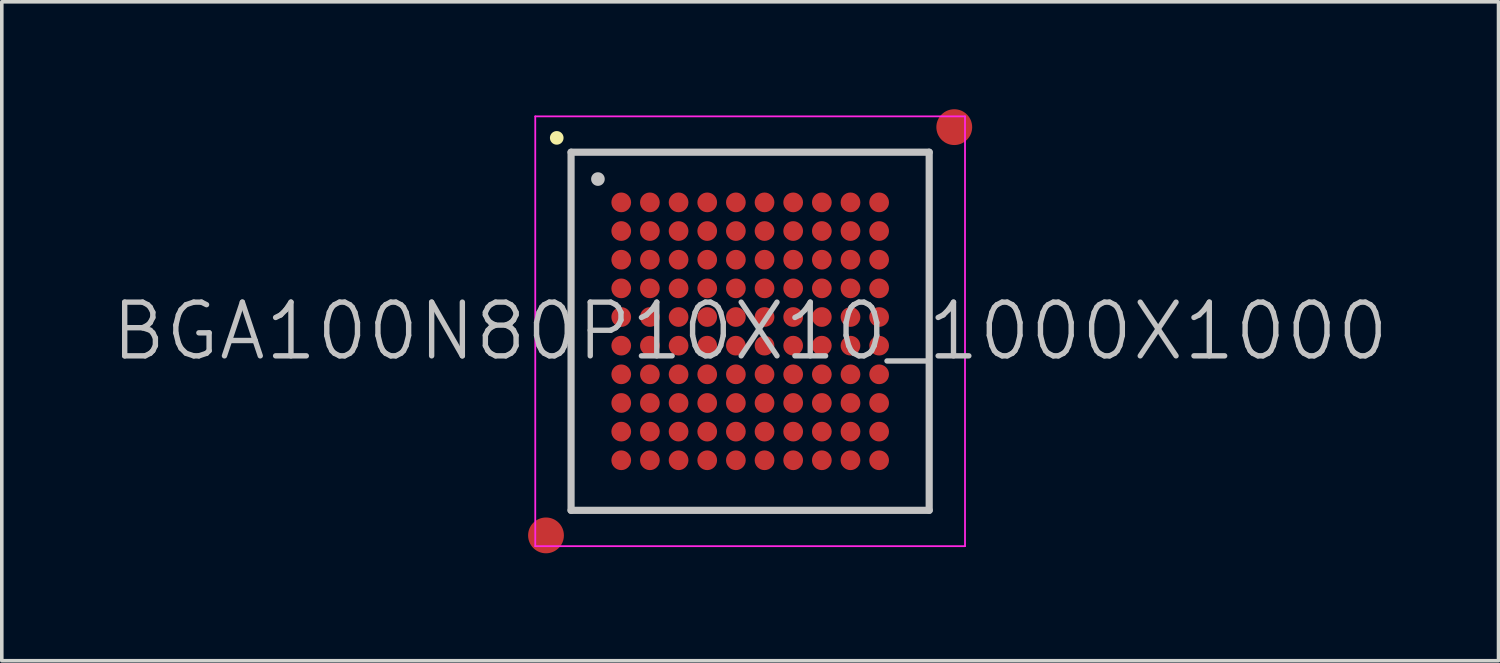
<source format=kicad_pcb>
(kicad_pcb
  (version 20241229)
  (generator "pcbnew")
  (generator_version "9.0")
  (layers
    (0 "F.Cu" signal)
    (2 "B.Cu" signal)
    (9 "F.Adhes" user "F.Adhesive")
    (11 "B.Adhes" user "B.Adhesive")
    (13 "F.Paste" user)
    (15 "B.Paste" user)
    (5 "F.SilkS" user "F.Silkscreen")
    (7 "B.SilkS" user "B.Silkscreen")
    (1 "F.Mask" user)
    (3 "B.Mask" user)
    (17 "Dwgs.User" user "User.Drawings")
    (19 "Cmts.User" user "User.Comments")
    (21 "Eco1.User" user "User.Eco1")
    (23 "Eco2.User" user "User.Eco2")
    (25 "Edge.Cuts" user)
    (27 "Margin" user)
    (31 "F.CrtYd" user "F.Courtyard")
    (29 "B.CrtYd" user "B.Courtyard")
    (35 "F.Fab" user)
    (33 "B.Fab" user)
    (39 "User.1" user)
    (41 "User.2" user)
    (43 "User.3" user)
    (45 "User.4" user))
  (footprint "BGA100N80P10X10_1000X1000"
    (layer "F.Cu")
    (at 17.896 6.2)
    (property "Reference" "BGA100N80P10X10_1000X1000" (at 0 0 0) (layer "Dwgs.User") (effects (font (size 1.5 1.5) (thickness 0.15))))
    (attr smd)
    (fp_line (start -5.4 -5.4) (end -5.4 -5.4) (stroke (width 0.381) (type solid)) (layer "F.SilkS"))
    (fp_line (start -5 -5) (end -5 5) (stroke (width 0.2) (type solid)) (layer "Dwgs.User"))
    (fp_line (start -5 -5) (end 5 -5) (stroke (width 0.2) (type solid)) (layer "Dwgs.User"))
    (fp_line (start -5 5) (end 5 5) (stroke (width 0.2) (type solid)) (layer "Dwgs.User"))
    (fp_line (start -4.25 -4.25) (end -4.25 -4.25) (stroke (width 0.381) (type solid)) (layer "Dwgs.User"))
    (fp_line (start 5 -5) (end 5 5) (stroke (width 0.2) (type solid)) (layer "Dwgs.User"))
    (fp_line (start -6 -6) (end -6 6) (stroke (width 0.05) (type solid)) (layer "F.CrtYd"))
    (fp_line (start -6 -6) (end 6 -6) (stroke (width 0.05) (type solid)) (layer "F.CrtYd"))
    (fp_line (start -6 6) (end 6 6) (stroke (width 0.05) (type solid)) (layer "F.CrtYd"))
    (fp_line (start 6 -6) (end 6 6) (stroke (width 0.05) (type solid)) (layer "F.CrtYd"))
    (pad "" smd circle (at -5.7 5.7) (size 1 1) (layers "F.Cu" "F.Mask"))
    (pad "" smd circle (at 5.7 -5.7) (size 1 1) (layers "F.Cu" "F.Mask"))
    (pad "A1" smd circle (at -3.599 -3.599) (size 0.55 0.55) (layers "F.Cu" "F.Mask" "F.Paste"))
    (pad "A2" smd circle (at -2.799 -3.599) (size 0.55 0.55) (layers "F.Cu" "F.Mask" "F.Paste"))
    (pad "A3" smd circle (at -1.998 -3.599) (size 0.55 0.55) (layers "F.Cu" "F.Mask" "F.Paste"))
    (pad "A4" smd circle (at -1.198 -3.599) (size 0.55 0.55) (layers "F.Cu" "F.Mask" "F.Paste"))
    (pad "A5" smd circle (at -0.398 -3.599) (size 0.55 0.55) (layers "F.Cu" "F.Mask" "F.Paste"))
    (pad "A6" smd circle (at 0.402 -3.599) (size 0.55 0.55) (layers "F.Cu" "F.Mask" "F.Paste"))
    (pad "A7" smd circle (at 1.202 -3.599) (size 0.55 0.55) (layers "F.Cu" "F.Mask" "F.Paste"))
    (pad "A8" smd circle (at 2.002 -3.599) (size 0.55 0.55) (layers "F.Cu" "F.Mask" "F.Paste"))
    (pad "A9" smd circle (at 2.802 -3.599) (size 0.55 0.55) (layers "F.Cu" "F.Mask" "F.Paste"))
    (pad "A10" smd circle (at 3.602 -3.599) (size 0.55 0.55) (layers "F.Cu" "F.Mask" "F.Paste"))
    (pad "B1" smd circle (at -3.599 -2.799) (size 0.55 0.55) (layers "F.Cu" "F.Mask" "F.Paste"))
    (pad "B2" smd circle (at -2.799 -2.799) (size 0.55 0.55) (layers "F.Cu" "F.Mask" "F.Paste"))
    (pad "B3" smd circle (at -1.998 -2.799) (size 0.55 0.55) (layers "F.Cu" "F.Mask" "F.Paste"))
    (pad "B4" smd circle (at -1.198 -2.799) (size 0.55 0.55) (layers "F.Cu" "F.Mask" "F.Paste"))
    (pad "B5" smd circle (at -0.398 -2.799) (size 0.55 0.55) (layers "F.Cu" "F.Mask" "F.Paste"))
    (pad "B6" smd circle (at 0.402 -2.799) (size 0.55 0.55) (layers "F.Cu" "F.Mask" "F.Paste"))
    (pad "B7" smd circle (at 1.202 -2.799) (size 0.55 0.55) (layers "F.Cu" "F.Mask" "F.Paste"))
    (pad "B8" smd circle (at 2.002 -2.799) (size 0.55 0.55) (layers "F.Cu" "F.Mask" "F.Paste"))
    (pad "B9" smd circle (at 2.802 -2.799) (size 0.55 0.55) (layers "F.Cu" "F.Mask" "F.Paste"))
    (pad "B10" smd circle (at 3.602 -2.799) (size 0.55 0.55) (layers "F.Cu" "F.Mask" "F.Paste"))
    (pad "C1" smd circle (at -3.599 -1.998) (size 0.55 0.55) (layers "F.Cu" "F.Mask" "F.Paste"))
    (pad "C2" smd circle (at -2.799 -1.998) (size 0.55 0.55) (layers "F.Cu" "F.Mask" "F.Paste"))
    (pad "C3" smd circle (at -1.998 -1.998) (size 0.55 0.55) (layers "F.Cu" "F.Mask" "F.Paste"))
    (pad "C4" smd circle (at -1.198 -1.998) (size 0.55 0.55) (layers "F.Cu" "F.Mask" "F.Paste"))
    (pad "C5" smd circle (at -0.398 -1.998) (size 0.55 0.55) (layers "F.Cu" "F.Mask" "F.Paste"))
    (pad "C6" smd circle (at 0.402 -1.998) (size 0.55 0.55) (layers "F.Cu" "F.Mask" "F.Paste"))
    (pad "C7" smd circle (at 1.202 -1.998) (size 0.55 0.55) (layers "F.Cu" "F.Mask" "F.Paste"))
    (pad "C8" smd circle (at 2.002 -1.998) (size 0.55 0.55) (layers "F.Cu" "F.Mask" "F.Paste"))
    (pad "C9" smd circle (at 2.802 -1.998) (size 0.55 0.55) (layers "F.Cu" "F.Mask" "F.Paste"))
    (pad "C10" smd circle (at 3.602 -1.998) (size 0.55 0.55) (layers "F.Cu" "F.Mask" "F.Paste"))
    (pad "D1" smd circle (at -3.599 -1.198) (size 0.55 0.55) (layers "F.Cu" "F.Mask" "F.Paste"))
    (pad "D2" smd circle (at -2.799 -1.198) (size 0.55 0.55) (layers "F.Cu" "F.Mask" "F.Paste"))
    (pad "D3" smd circle (at -1.998 -1.198) (size 0.55 0.55) (layers "F.Cu" "F.Mask" "F.Paste"))
    (pad "D4" smd circle (at -1.198 -1.198) (size 0.55 0.55) (layers "F.Cu" "F.Mask" "F.Paste"))
    (pad "D5" smd circle (at -0.398 -1.198) (size 0.55 0.55) (layers "F.Cu" "F.Mask" "F.Paste"))
    (pad "D6" smd circle (at 0.402 -1.198) (size 0.55 0.55) (layers "F.Cu" "F.Mask" "F.Paste"))
    (pad "D7" smd circle (at 1.202 -1.198) (size 0.55 0.55) (layers "F.Cu" "F.Mask" "F.Paste"))
    (pad "D8" smd circle (at 2.002 -1.198) (size 0.55 0.55) (layers "F.Cu" "F.Mask" "F.Paste"))
    (pad "D9" smd circle (at 2.802 -1.198) (size 0.55 0.55) (layers "F.Cu" "F.Mask" "F.Paste"))
    (pad "D10" smd circle (at 3.602 -1.198) (size 0.55 0.55) (layers "F.Cu" "F.Mask" "F.Paste"))
    (pad "E1" smd circle (at -3.599 -0.398) (size 0.55 0.55) (layers "F.Cu" "F.Mask" "F.Paste"))
    (pad "E2" smd circle (at -2.799 -0.398) (size 0.55 0.55) (layers "F.Cu" "F.Mask" "F.Paste"))
    (pad "E3" smd circle (at -1.998 -0.398) (size 0.55 0.55) (layers "F.Cu" "F.Mask" "F.Paste"))
    (pad "E4" smd circle (at -1.198 -0.398) (size 0.55 0.55) (layers "F.Cu" "F.Mask" "F.Paste"))
    (pad "E5" smd circle (at -0.398 -0.398) (size 0.55 0.55) (layers "F.Cu" "F.Mask" "F.Paste"))
    (pad "E6" smd circle (at 0.402 -0.398) (size 0.55 0.55) (layers "F.Cu" "F.Mask" "F.Paste"))
    (pad "E7" smd circle (at 1.202 -0.398) (size 0.55 0.55) (layers "F.Cu" "F.Mask" "F.Paste"))
    (pad "E8" smd circle (at 2.002 -0.398) (size 0.55 0.55) (layers "F.Cu" "F.Mask" "F.Paste"))
    (pad "E9" smd circle (at 2.802 -0.398) (size 0.55 0.55) (layers "F.Cu" "F.Mask" "F.Paste"))
    (pad "E10" smd circle (at 3.602 -0.398) (size 0.55 0.55) (layers "F.Cu" "F.Mask" "F.Paste"))
    (pad "F1" smd circle (at -3.599 0.402) (size 0.55 0.55) (layers "F.Cu" "F.Mask" "F.Paste"))
    (pad "F2" smd circle (at -2.799 0.402) (size 0.55 0.55) (layers "F.Cu" "F.Mask" "F.Paste"))
    (pad "F3" smd circle (at -1.998 0.402) (size 0.55 0.55) (layers "F.Cu" "F.Mask" "F.Paste"))
    (pad "F4" smd circle (at -1.198 0.402) (size 0.55 0.55) (layers "F.Cu" "F.Mask" "F.Paste"))
    (pad "F5" smd circle (at -0.398 0.402) (size 0.55 0.55) (layers "F.Cu" "F.Mask" "F.Paste"))
    (pad "F6" smd circle (at 0.402 0.402) (size 0.55 0.55) (layers "F.Cu" "F.Mask" "F.Paste"))
    (pad "F7" smd circle (at 1.202 0.402) (size 0.55 0.55) (layers "F.Cu" "F.Mask" "F.Paste"))
    (pad "F8" smd circle (at 2.002 0.402) (size 0.55 0.55) (layers "F.Cu" "F.Mask" "F.Paste"))
    (pad "F9" smd circle (at 2.802 0.402) (size 0.55 0.55) (layers "F.Cu" "F.Mask" "F.Paste"))
    (pad "F10" smd circle (at 3.602 0.402) (size 0.55 0.55) (layers "F.Cu" "F.Mask" "F.Paste"))
    (pad "G1" smd circle (at -3.599 1.202) (size 0.55 0.55) (layers "F.Cu" "F.Mask" "F.Paste"))
    (pad "G2" smd circle (at -2.799 1.202) (size 0.55 0.55) (layers "F.Cu" "F.Mask" "F.Paste"))
    (pad "G3" smd circle (at -1.998 1.202) (size 0.55 0.55) (layers "F.Cu" "F.Mask" "F.Paste"))
    (pad "G4" smd circle (at -1.198 1.202) (size 0.55 0.55) (layers "F.Cu" "F.Mask" "F.Paste"))
    (pad "G5" smd circle (at -0.398 1.202) (size 0.55 0.55) (layers "F.Cu" "F.Mask" "F.Paste"))
    (pad "G6" smd circle (at 0.402 1.202) (size 0.55 0.55) (layers "F.Cu" "F.Mask" "F.Paste"))
    (pad "G7" smd circle (at 1.202 1.202) (size 0.55 0.55) (layers "F.Cu" "F.Mask" "F.Paste"))
    (pad "G8" smd circle (at 2.002 1.202) (size 0.55 0.55) (layers "F.Cu" "F.Mask" "F.Paste"))
    (pad "G9" smd circle (at 2.802 1.202) (size 0.55 0.55) (layers "F.Cu" "F.Mask" "F.Paste"))
    (pad "G10" smd circle (at 3.602 1.202) (size 0.55 0.55) (layers "F.Cu" "F.Mask" "F.Paste"))
    (pad "H1" smd circle (at -3.599 2.002) (size 0.55 0.55) (layers "F.Cu" "F.Mask" "F.Paste"))
    (pad "H2" smd circle (at -2.799 2.002) (size 0.55 0.55) (layers "F.Cu" "F.Mask" "F.Paste"))
    (pad "H3" smd circle (at -1.998 2.002) (size 0.55 0.55) (layers "F.Cu" "F.Mask" "F.Paste"))
    (pad "H4" smd circle (at -1.198 2.002) (size 0.55 0.55) (layers "F.Cu" "F.Mask" "F.Paste"))
    (pad "H5" smd circle (at -0.398 2.002) (size 0.55 0.55) (layers "F.Cu" "F.Mask" "F.Paste"))
    (pad "H6" smd circle (at 0.402 2.002) (size 0.55 0.55) (layers "F.Cu" "F.Mask" "F.Paste"))
    (pad "H7" smd circle (at 1.202 2.002) (size 0.55 0.55) (layers "F.Cu" "F.Mask" "F.Paste"))
    (pad "H8" smd circle (at 2.002 2.002) (size 0.55 0.55) (layers "F.Cu" "F.Mask" "F.Paste"))
    (pad "H9" smd circle (at 2.802 2.002) (size 0.55 0.55) (layers "F.Cu" "F.Mask" "F.Paste"))
    (pad "H10" smd circle (at 3.602 2.002) (size 0.55 0.55) (layers "F.Cu" "F.Mask" "F.Paste"))
    (pad "J1" smd circle (at -3.599 2.802) (size 0.55 0.55) (layers "F.Cu" "F.Mask" "F.Paste"))
    (pad "J2" smd circle (at -2.799 2.802) (size 0.55 0.55) (layers "F.Cu" "F.Mask" "F.Paste"))
    (pad "J3" smd circle (at -1.998 2.802) (size 0.55 0.55) (layers "F.Cu" "F.Mask" "F.Paste"))
    (pad "J4" smd circle (at -1.198 2.802) (size 0.55 0.55) (layers "F.Cu" "F.Mask" "F.Paste"))
    (pad "J5" smd circle (at -0.398 2.802) (size 0.55 0.55) (layers "F.Cu" "F.Mask" "F.Paste"))
    (pad "J6" smd circle (at 0.402 2.802) (size 0.55 0.55) (layers "F.Cu" "F.Mask" "F.Paste"))
    (pad "J7" smd circle (at 1.202 2.802) (size 0.55 0.55) (layers "F.Cu" "F.Mask" "F.Paste"))
    (pad "J8" smd circle (at 2.002 2.802) (size 0.55 0.55) (layers "F.Cu" "F.Mask" "F.Paste"))
    (pad "J9" smd circle (at 2.802 2.802) (size 0.55 0.55) (layers "F.Cu" "F.Mask" "F.Paste"))
    (pad "J10" smd circle (at 3.602 2.802) (size 0.55 0.55) (layers "F.Cu" "F.Mask" "F.Paste"))
    (pad "K1" smd circle (at -3.599 3.602) (size 0.55 0.55) (layers "F.Cu" "F.Mask" "F.Paste"))
    (pad "K2" smd circle (at -2.799 3.602) (size 0.55 0.55) (layers "F.Cu" "F.Mask" "F.Paste"))
    (pad "K3" smd circle (at -1.998 3.602) (size 0.55 0.55) (layers "F.Cu" "F.Mask" "F.Paste"))
    (pad "K4" smd circle (at -1.198 3.602) (size 0.55 0.55) (layers "F.Cu" "F.Mask" "F.Paste"))
    (pad "K5" smd circle (at -0.398 3.602) (size 0.55 0.55) (layers "F.Cu" "F.Mask" "F.Paste"))
    (pad "K6" smd circle (at 0.402 3.602) (size 0.55 0.55) (layers "F.Cu" "F.Mask" "F.Paste"))
    (pad "K7" smd circle (at 1.202 3.602) (size 0.55 0.55) (layers "F.Cu" "F.Mask" "F.Paste"))
    (pad "K8" smd circle (at 2.002 3.602) (size 0.55 0.55) (layers "F.Cu" "F.Mask" "F.Paste"))
    (pad "K9" smd circle (at 2.802 3.602) (size 0.55 0.55) (layers "F.Cu" "F.Mask" "F.Paste"))
    (pad "K10" smd circle (at 3.602 3.602) (size 0.55 0.55) (layers "F.Cu" "F.Mask" "F.Paste")))
  (gr_rect
    (start -3 -3)
    (end 38.793 15.4)
    (stroke (width 0.1) (type default))
    (fill no)
    (layer "Edge.Cuts")))
</source>
